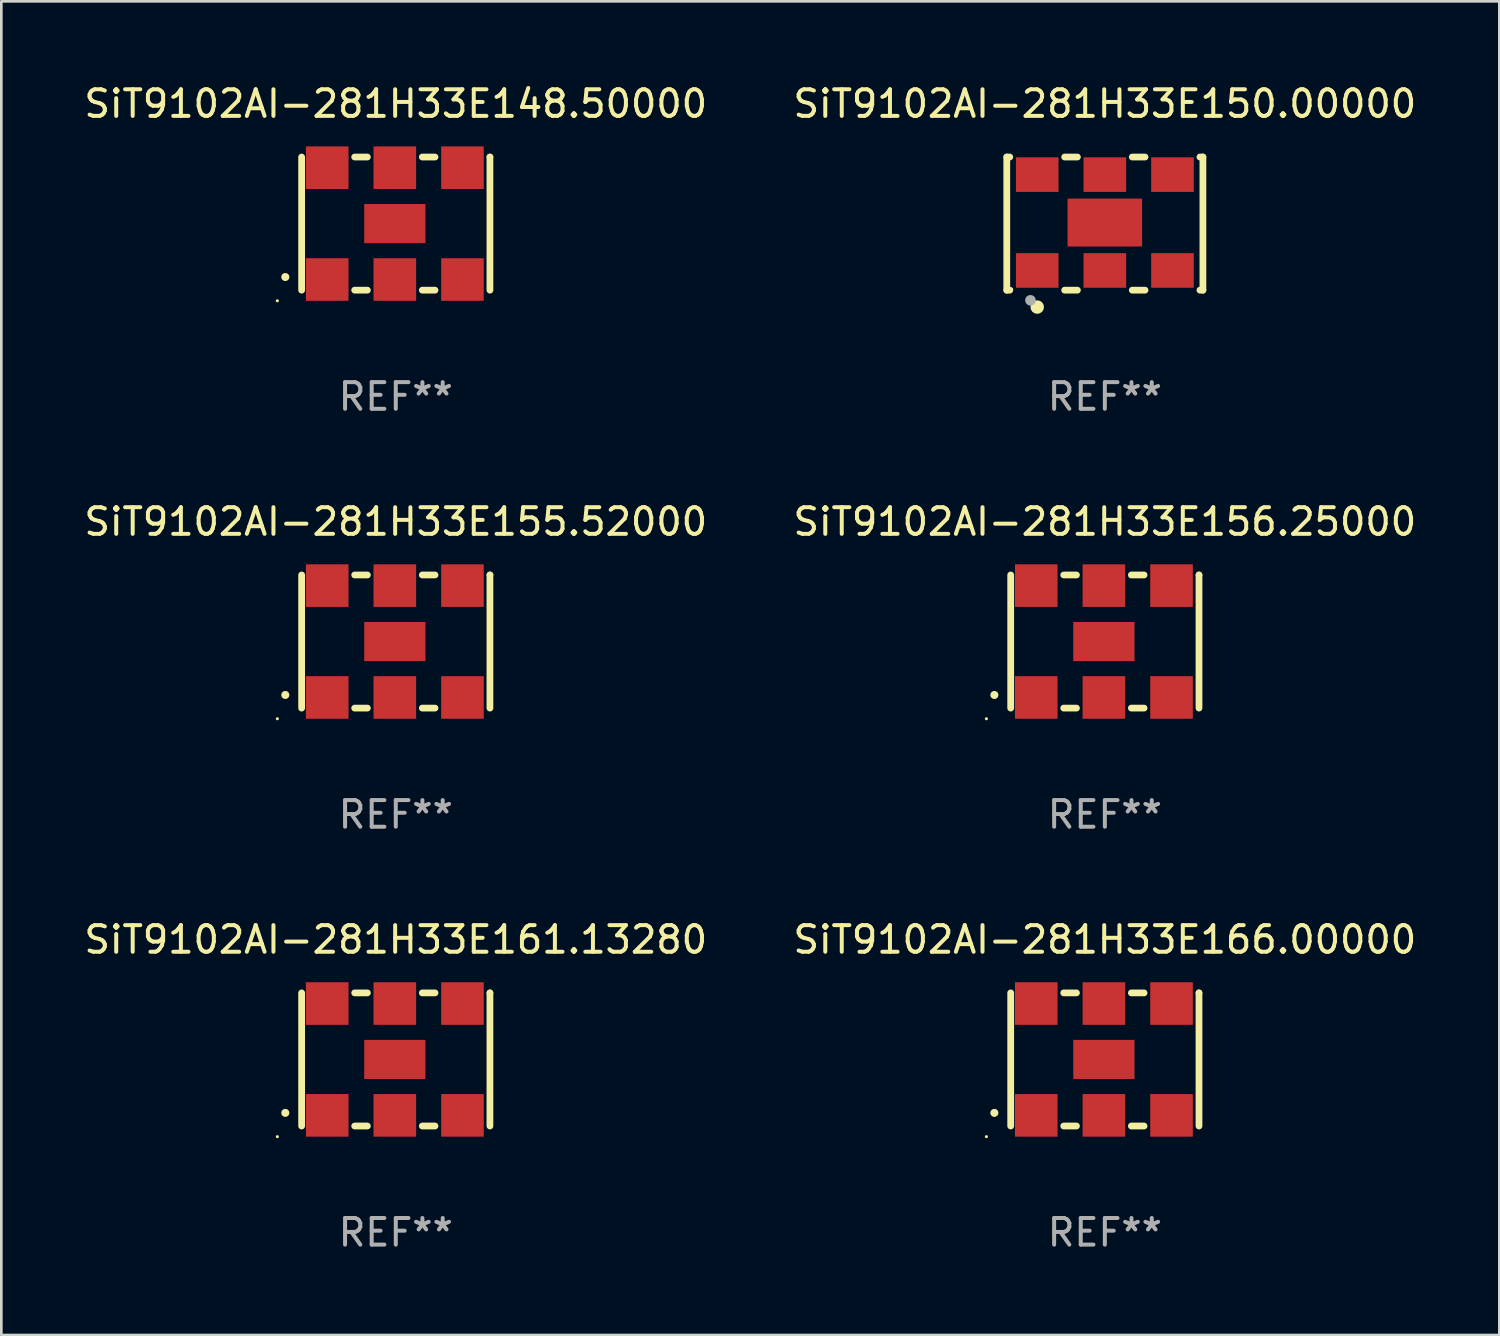
<source format=kicad_pcb>
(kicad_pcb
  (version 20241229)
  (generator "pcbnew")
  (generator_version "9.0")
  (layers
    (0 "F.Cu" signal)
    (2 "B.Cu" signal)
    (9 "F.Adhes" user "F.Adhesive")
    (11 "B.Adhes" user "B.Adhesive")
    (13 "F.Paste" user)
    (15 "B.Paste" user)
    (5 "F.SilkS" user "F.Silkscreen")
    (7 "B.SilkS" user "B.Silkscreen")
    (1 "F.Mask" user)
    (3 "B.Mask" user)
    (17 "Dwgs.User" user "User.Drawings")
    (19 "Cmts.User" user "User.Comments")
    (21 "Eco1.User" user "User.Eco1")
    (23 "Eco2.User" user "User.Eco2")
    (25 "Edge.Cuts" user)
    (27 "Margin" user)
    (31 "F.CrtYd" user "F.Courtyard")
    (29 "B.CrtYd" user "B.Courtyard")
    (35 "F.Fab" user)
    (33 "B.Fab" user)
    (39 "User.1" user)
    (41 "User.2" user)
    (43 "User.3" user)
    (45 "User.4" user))
  (footprint "SiT9102AI-281H33E150.00000"
    (layer "F.Cu")
    (at 38.446 5.348)
    (property "Reference" "SiT9102AI-281H33E150.00000" (at 0 -4.5 0) (layer "F.SilkS") (effects (font (size 1 1) (thickness 0.15))))
    (attr through_hole)
    (fp_line (start -3.683 -2.5) (end -3.571 -2.5) (stroke (width 0.254) (type solid)) (layer "F.SilkS"))
    (fp_line (start -3.683 2.5) (end -3.683 -2.5) (stroke (width 0.254) (type solid)) (layer "F.SilkS"))
    (fp_line (start -3.683 2.5) (end -3.571 2.5) (stroke (width 0.254) (type solid)) (layer "F.SilkS"))
    (fp_line (start -1.509 -2.5) (end -1.031 -2.5) (stroke (width 0.254) (type solid)) (layer "F.SilkS"))
    (fp_line (start -1.509 2.5) (end -1.031 2.5) (stroke (width 0.254) (type solid)) (layer "F.SilkS"))
    (fp_line (start 1.031 -2.5) (end 1.509 -2.5) (stroke (width 0.254) (type solid)) (layer "F.SilkS"))
    (fp_line (start 1.031 2.5) (end 1.509 2.5) (stroke (width 0.254) (type solid)) (layer "F.SilkS"))
    (fp_line (start 3.571 -2.5) (end 3.683 -2.5) (stroke (width 0.254) (type solid)) (layer "F.SilkS"))
    (fp_line (start 3.571 2.5) (end 3.683 2.5) (stroke (width 0.254) (type solid)) (layer "F.SilkS"))
    (fp_line (start 3.683 2.5) (end 3.683 -2.5) (stroke (width 0.254) (type solid)) (layer "F.SilkS"))
    (fp_circle (center -3.5 2.46) (end -3.47 2.46) (stroke (width 0.06) (type solid)) (fill no) (layer "F.SilkS"))
    (fp_circle (center -2.54 3.135) (end -2.413 3.135) (stroke (width 0.254) (type solid)) (fill no) (layer "F.SilkS"))
    (fp_circle (center -2.794 2.881) (end -2.694 2.881) (stroke (width 0.2) (type solid)) (fill no) (layer "F.Fab"))
    (fp_text user "REF**" (at 0 6.5 0) (layer "F.Fab") (effects (font (size 1 1) (thickness 0.15))))
    (pad "1" smd rect (at -2.54 1.76) (size 1.6 1.3) (layers "F.Cu" "F.Mask" "F.Paste"))
    (pad "2" smd rect (at 0 1.76) (size 1.6 1.3) (layers "F.Cu" "F.Mask" "F.Paste"))
    (pad "3" smd rect (at 2.54 1.76) (size 1.6 1.3) (layers "F.Cu" "F.Mask" "F.Paste"))
    (pad "4" smd rect (at 2.54 -1.84) (size 1.6 1.3) (layers "F.Cu" "F.Mask" "F.Paste"))
    (pad "5" smd rect (at 0 -1.84) (size 1.6 1.3) (layers "F.Cu" "F.Mask" "F.Paste"))
    (pad "6" smd rect (at -2.54 -1.84) (size 1.6 1.3) (layers "F.Cu" "F.Mask" "F.Paste"))
    (pad "7" smd rect (at 0 -0.04) (size 2.8 1.8) (layers "F.Cu" "F.Mask" "F.Paste")))
  (footprint "SiT9102AI-281H33E166.00000"
    (layer "F.Cu")
    (at 38.446 36.741)
    (property "Reference" "SiT9102AI-281H33E166.00000" (at 0 -4.5 0) (layer "F.SilkS") (effects (font (size 1 1) (thickness 0.15))))
    (attr through_hole)
    (fp_line (start -3.536 -2.5) (end -3.536 2.5) (stroke (width 0.254) (type solid)) (layer "F.SilkS"))
    (fp_line (start -1.544 2.5) (end -1.067 2.5) (stroke (width 0.254) (type solid)) (layer "F.SilkS"))
    (fp_line (start -1.067 -2.5) (end -1.544 -2.5) (stroke (width 0.254) (type solid)) (layer "F.SilkS"))
    (fp_line (start 0.996 2.5) (end 1.473 2.5) (stroke (width 0.254) (type solid)) (layer "F.SilkS"))
    (fp_line (start 1.473 -2.5) (end 0.996 -2.5) (stroke (width 0.254) (type solid)) (layer "F.SilkS"))
    (fp_line (start 3.536 -2.5) (end 3.536 -2.5) (stroke (width 0.254) (type solid)) (layer "F.SilkS"))
    (fp_line (start 3.536 2.5) (end 3.536 -2.5) (stroke (width 0.254) (type solid)) (layer "F.SilkS"))
    (fp_arc (start -4.150432 2.006604) (mid -4.149162 2.006599) (end -4.147892 2.006604) (stroke (width 0.3) (type solid)) (layer "F.SilkS"))
    (fp_circle (center -4.449 2.9) (end -4.419 2.9) (stroke (width 0.06) (type solid)) (fill no) (layer "F.SilkS"))
    (fp_text user "REF**" (at 0 6.5 0) (layer "F.Fab") (effects (font (size 1 1) (thickness 0.15))))
    (pad "1" smd rect (at -2.576 2.1) (size 1.6 1.6) (layers "F.Cu" "F.Mask" "F.Paste"))
    (pad "2" smd rect (at -0.036 2.1) (size 1.6 1.6) (layers "F.Cu" "F.Mask" "F.Paste"))
    (pad "3" smd rect (at 2.504 2.1) (size 1.6 1.6) (layers "F.Cu" "F.Mask" "F.Paste"))
    (pad "4" smd rect (at 2.504 -2.1) (size 1.6 1.6) (layers "F.Cu" "F.Mask" "F.Paste"))
    (pad "5" smd rect (at -0.036 -2.1) (size 1.6 1.6) (layers "F.Cu" "F.Mask" "F.Paste"))
    (pad "6" smd rect (at -2.576 -2.1) (size 1.6 1.6) (layers "F.Cu" "F.Mask" "F.Paste"))
    (pad "7" smd rect (at -0.036 0) (size 2.3 1.47) (layers "F.Cu" "F.Mask" "F.Paste")))
  (footprint "SiT9102AI-281H33E155.52000"
    (layer "F.Cu")
    (at 11.815 21.045)
    (property "Reference" "SiT9102AI-281H33E155.52000" (at 0 -4.5 0) (layer "F.SilkS") (effects (font (size 1 1) (thickness 0.15))))
    (attr through_hole)
    (fp_line (start -3.536 -2.5) (end -3.536 2.5) (stroke (width 0.254) (type solid)) (layer "F.SilkS"))
    (fp_line (start -1.544 2.5) (end -1.067 2.5) (stroke (width 0.254) (type solid)) (layer "F.SilkS"))
    (fp_line (start -1.067 -2.5) (end -1.544 -2.5) (stroke (width 0.254) (type solid)) (layer "F.SilkS"))
    (fp_line (start 0.996 2.5) (end 1.473 2.5) (stroke (width 0.254) (type solid)) (layer "F.SilkS"))
    (fp_line (start 1.473 -2.5) (end 0.996 -2.5) (stroke (width 0.254) (type solid)) (layer "F.SilkS"))
    (fp_line (start 3.536 -2.5) (end 3.536 -2.5) (stroke (width 0.254) (type solid)) (layer "F.SilkS"))
    (fp_line (start 3.536 2.5) (end 3.536 -2.5) (stroke (width 0.254) (type solid)) (layer "F.SilkS"))
    (fp_arc (start -4.150432 2.006604) (mid -4.149162 2.006599) (end -4.147892 2.006604) (stroke (width 0.3) (type solid)) (layer "F.SilkS"))
    (fp_circle (center -4.449 2.9) (end -4.419 2.9) (stroke (width 0.06) (type solid)) (fill no) (layer "F.SilkS"))
    (fp_text user "REF**" (at 0 6.5 0) (layer "F.Fab") (effects (font (size 1 1) (thickness 0.15))))
    (pad "1" smd rect (at -2.576 2.1) (size 1.6 1.6) (layers "F.Cu" "F.Mask" "F.Paste"))
    (pad "2" smd rect (at -0.036 2.1) (size 1.6 1.6) (layers "F.Cu" "F.Mask" "F.Paste"))
    (pad "3" smd rect (at 2.504 2.1) (size 1.6 1.6) (layers "F.Cu" "F.Mask" "F.Paste"))
    (pad "4" smd rect (at 2.504 -2.1) (size 1.6 1.6) (layers "F.Cu" "F.Mask" "F.Paste"))
    (pad "5" smd rect (at -0.036 -2.1) (size 1.6 1.6) (layers "F.Cu" "F.Mask" "F.Paste"))
    (pad "6" smd rect (at -2.576 -2.1) (size 1.6 1.6) (layers "F.Cu" "F.Mask" "F.Paste"))
    (pad "7" smd rect (at -0.036 0) (size 2.3 1.47) (layers "F.Cu" "F.Mask" "F.Paste")))
  (footprint "SiT9102AI-281H33E156.25000"
    (layer "F.Cu")
    (at 38.446 21.045)
    (property "Reference" "SiT9102AI-281H33E156.25000" (at 0 -4.5 0) (layer "F.SilkS") (effects (font (size 1 1) (thickness 0.15))))
    (attr through_hole)
    (fp_line (start -3.536 -2.5) (end -3.536 2.5) (stroke (width 0.254) (type solid)) (layer "F.SilkS"))
    (fp_line (start -1.544 2.5) (end -1.067 2.5) (stroke (width 0.254) (type solid)) (layer "F.SilkS"))
    (fp_line (start -1.067 -2.5) (end -1.544 -2.5) (stroke (width 0.254) (type solid)) (layer "F.SilkS"))
    (fp_line (start 0.996 2.5) (end 1.473 2.5) (stroke (width 0.254) (type solid)) (layer "F.SilkS"))
    (fp_line (start 1.473 -2.5) (end 0.996 -2.5) (stroke (width 0.254) (type solid)) (layer "F.SilkS"))
    (fp_line (start 3.536 -2.5) (end 3.536 -2.5) (stroke (width 0.254) (type solid)) (layer "F.SilkS"))
    (fp_line (start 3.536 2.5) (end 3.536 -2.5) (stroke (width 0.254) (type solid)) (layer "F.SilkS"))
    (fp_arc (start -4.150432 2.006604) (mid -4.149162 2.006599) (end -4.147892 2.006604) (stroke (width 0.3) (type solid)) (layer "F.SilkS"))
    (fp_circle (center -4.449 2.9) (end -4.419 2.9) (stroke (width 0.06) (type solid)) (fill no) (layer "F.SilkS"))
    (fp_text user "REF**" (at 0 6.5 0) (layer "F.Fab") (effects (font (size 1 1) (thickness 0.15))))
    (pad "1" smd rect (at -2.576 2.1) (size 1.6 1.6) (layers "F.Cu" "F.Mask" "F.Paste"))
    (pad "2" smd rect (at -0.036 2.1) (size 1.6 1.6) (layers "F.Cu" "F.Mask" "F.Paste"))
    (pad "3" smd rect (at 2.504 2.1) (size 1.6 1.6) (layers "F.Cu" "F.Mask" "F.Paste"))
    (pad "4" smd rect (at 2.504 -2.1) (size 1.6 1.6) (layers "F.Cu" "F.Mask" "F.Paste"))
    (pad "5" smd rect (at -0.036 -2.1) (size 1.6 1.6) (layers "F.Cu" "F.Mask" "F.Paste"))
    (pad "6" smd rect (at -2.576 -2.1) (size 1.6 1.6) (layers "F.Cu" "F.Mask" "F.Paste"))
    (pad "7" smd rect (at -0.036 0) (size 2.3 1.47) (layers "F.Cu" "F.Mask" "F.Paste")))
  (footprint "SiT9102AI-281H33E148.50000"
    (layer "F.Cu")
    (at 11.815 5.348)
    (property "Reference" "SiT9102AI-281H33E148.50000" (at 0 -4.5 0) (layer "F.SilkS") (effects (font (size 1 1) (thickness 0.15))))
    (attr through_hole)
    (fp_line (start -3.536 -2.5) (end -3.536 2.5) (stroke (width 0.254) (type solid)) (layer "F.SilkS"))
    (fp_line (start -1.544 2.5) (end -1.067 2.5) (stroke (width 0.254) (type solid)) (layer "F.SilkS"))
    (fp_line (start -1.067 -2.5) (end -1.544 -2.5) (stroke (width 0.254) (type solid)) (layer "F.SilkS"))
    (fp_line (start 0.996 2.5) (end 1.473 2.5) (stroke (width 0.254) (type solid)) (layer "F.SilkS"))
    (fp_line (start 1.473 -2.5) (end 0.996 -2.5) (stroke (width 0.254) (type solid)) (layer "F.SilkS"))
    (fp_line (start 3.536 -2.5) (end 3.536 -2.5) (stroke (width 0.254) (type solid)) (layer "F.SilkS"))
    (fp_line (start 3.536 2.5) (end 3.536 -2.5) (stroke (width 0.254) (type solid)) (layer "F.SilkS"))
    (fp_arc (start -4.150432 2.006604) (mid -4.149162 2.006599) (end -4.147892 2.006604) (stroke (width 0.3) (type solid)) (layer "F.SilkS"))
    (fp_circle (center -4.449 2.9) (end -4.419 2.9) (stroke (width 0.06) (type solid)) (fill no) (layer "F.SilkS"))
    (fp_text user "REF**" (at 0 6.5 0) (layer "F.Fab") (effects (font (size 1 1) (thickness 0.15))))
    (pad "1" smd rect (at -2.576 2.1) (size 1.6 1.6) (layers "F.Cu" "F.Mask" "F.Paste"))
    (pad "2" smd rect (at -0.036 2.1) (size 1.6 1.6) (layers "F.Cu" "F.Mask" "F.Paste"))
    (pad "3" smd rect (at 2.504 2.1) (size 1.6 1.6) (layers "F.Cu" "F.Mask" "F.Paste"))
    (pad "4" smd rect (at 2.504 -2.1) (size 1.6 1.6) (layers "F.Cu" "F.Mask" "F.Paste"))
    (pad "5" smd rect (at -0.036 -2.1) (size 1.6 1.6) (layers "F.Cu" "F.Mask" "F.Paste"))
    (pad "6" smd rect (at -2.576 -2.1) (size 1.6 1.6) (layers "F.Cu" "F.Mask" "F.Paste"))
    (pad "7" smd rect (at -0.036 0) (size 2.3 1.47) (layers "F.Cu" "F.Mask" "F.Paste")))
  (footprint "SiT9102AI-281H33E161.13280"
    (layer "F.Cu")
    (at 11.815 36.741)
    (property "Reference" "SiT9102AI-281H33E161.13280" (at 0 -4.5 0) (layer "F.SilkS") (effects (font (size 1 1) (thickness 0.15))))
    (attr through_hole)
    (fp_line (start -3.536 -2.5) (end -3.536 2.5) (stroke (width 0.254) (type solid)) (layer "F.SilkS"))
    (fp_line (start -1.544 2.5) (end -1.067 2.5) (stroke (width 0.254) (type solid)) (layer "F.SilkS"))
    (fp_line (start -1.067 -2.5) (end -1.544 -2.5) (stroke (width 0.254) (type solid)) (layer "F.SilkS"))
    (fp_line (start 0.996 2.5) (end 1.473 2.5) (stroke (width 0.254) (type solid)) (layer "F.SilkS"))
    (fp_line (start 1.473 -2.5) (end 0.996 -2.5) (stroke (width 0.254) (type solid)) (layer "F.SilkS"))
    (fp_line (start 3.536 -2.5) (end 3.536 -2.5) (stroke (width 0.254) (type solid)) (layer "F.SilkS"))
    (fp_line (start 3.536 2.5) (end 3.536 -2.5) (stroke (width 0.254) (type solid)) (layer "F.SilkS"))
    (fp_arc (start -4.150432 2.006604) (mid -4.149162 2.006599) (end -4.147892 2.006604) (stroke (width 0.3) (type solid)) (layer "F.SilkS"))
    (fp_circle (center -4.449 2.9) (end -4.419 2.9) (stroke (width 0.06) (type solid)) (fill no) (layer "F.SilkS"))
    (fp_text user "REF**" (at 0 6.5 0) (layer "F.Fab") (effects (font (size 1 1) (thickness 0.15))))
    (pad "1" smd rect (at -2.576 2.1) (size 1.6 1.6) (layers "F.Cu" "F.Mask" "F.Paste"))
    (pad "2" smd rect (at -0.036 2.1) (size 1.6 1.6) (layers "F.Cu" "F.Mask" "F.Paste"))
    (pad "3" smd rect (at 2.504 2.1) (size 1.6 1.6) (layers "F.Cu" "F.Mask" "F.Paste"))
    (pad "4" smd rect (at 2.504 -2.1) (size 1.6 1.6) (layers "F.Cu" "F.Mask" "F.Paste"))
    (pad "5" smd rect (at -0.036 -2.1) (size 1.6 1.6) (layers "F.Cu" "F.Mask" "F.Paste"))
    (pad "6" smd rect (at -2.576 -2.1) (size 1.6 1.6) (layers "F.Cu" "F.Mask" "F.Paste"))
    (pad "7" smd rect (at -0.036 0) (size 2.3 1.47) (layers "F.Cu" "F.Mask" "F.Paste")))
  (gr_rect
    (start -3 -3)
    (end 53.262 47.09)
    (stroke (width 0.1) (type default))
    (fill no)
    (layer "Edge.Cuts")))
</source>
